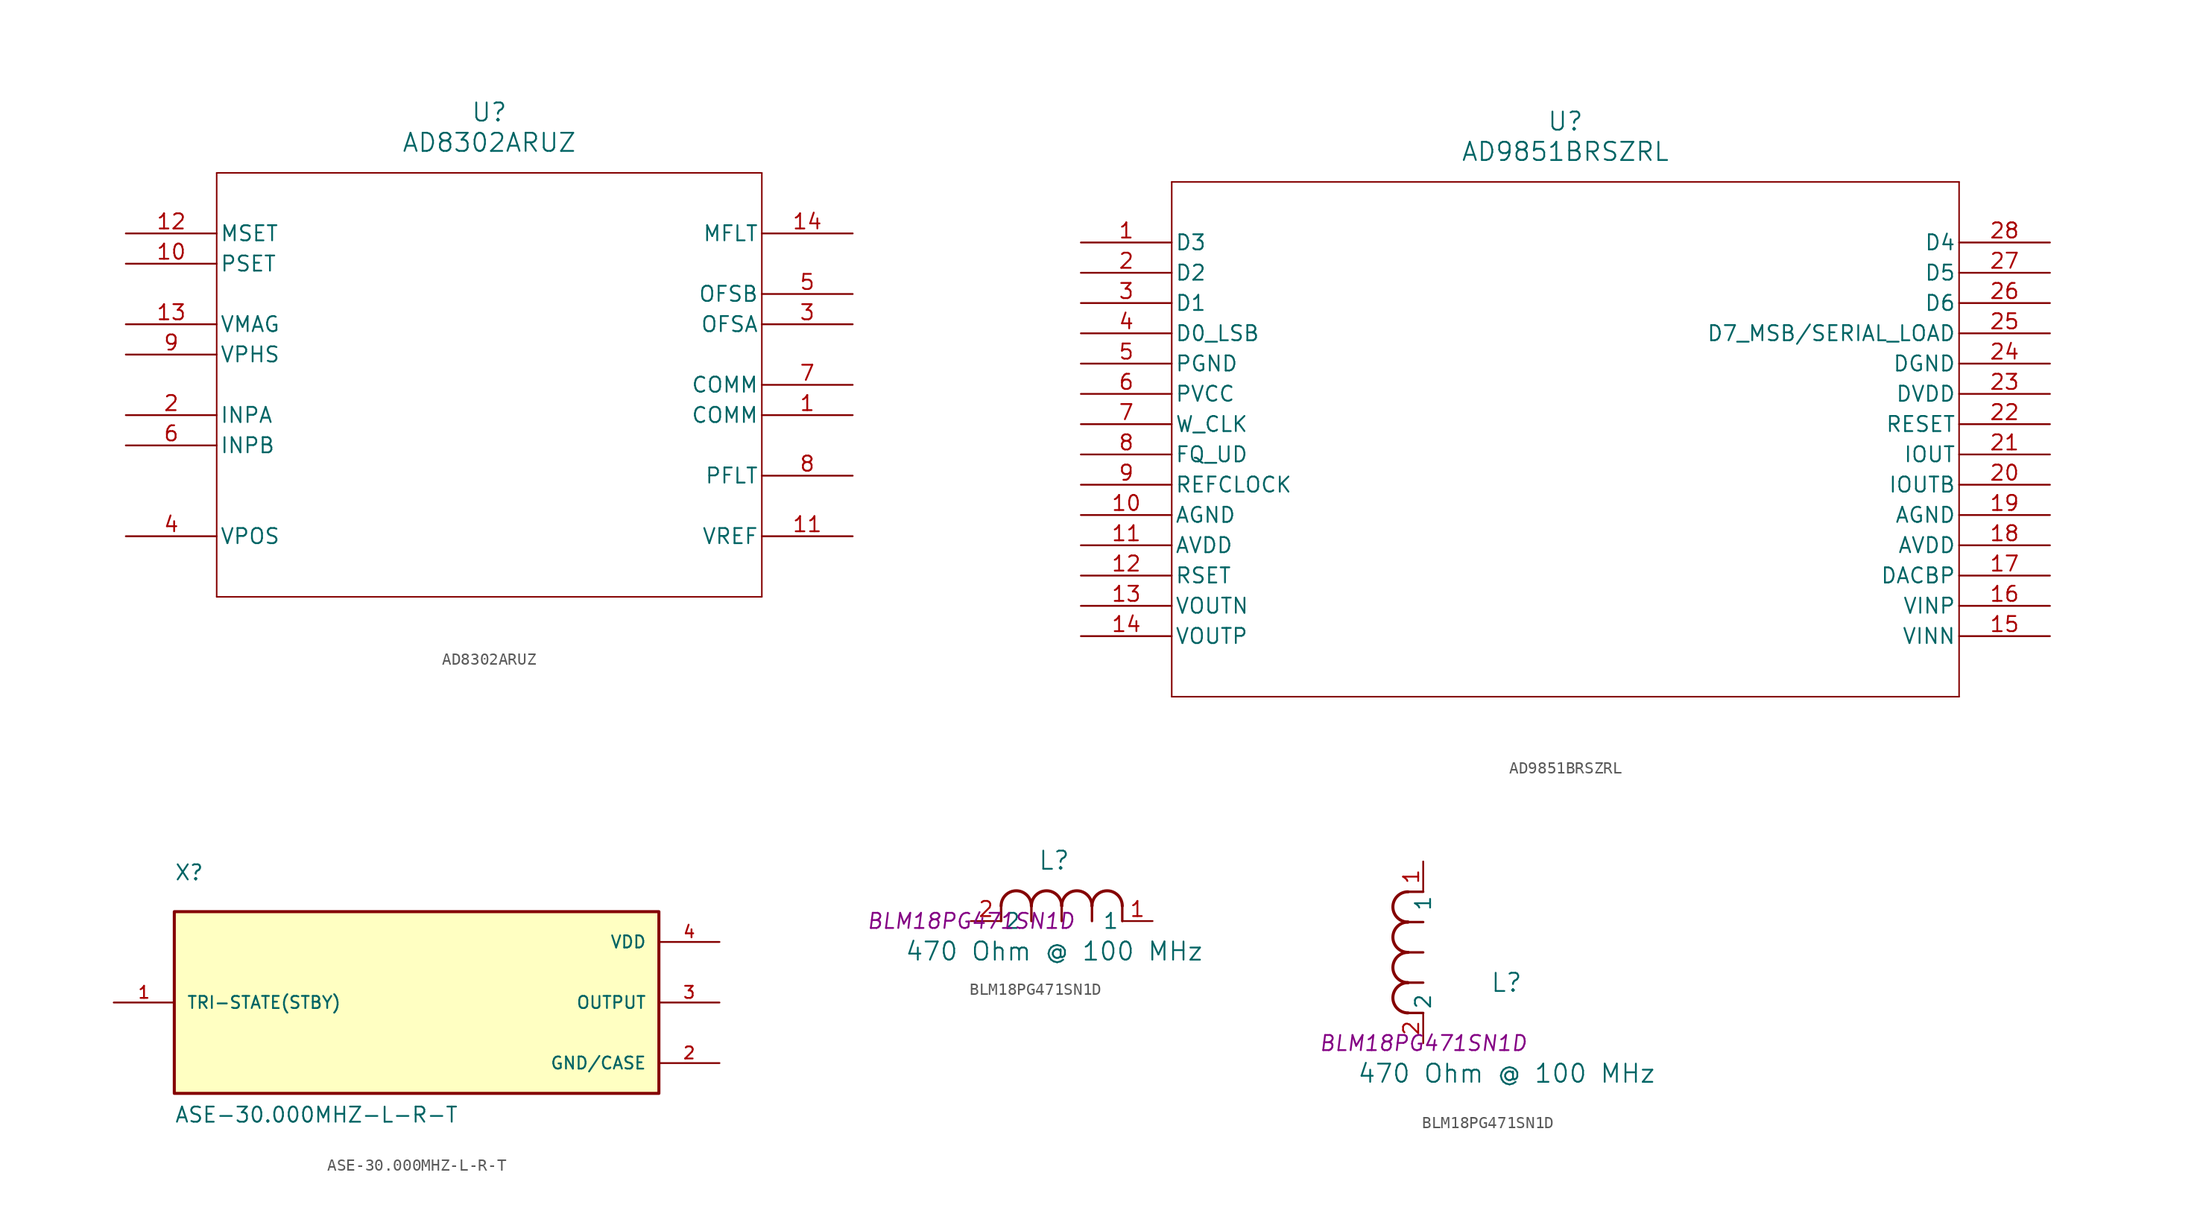
<source format=kicad_sym>
(kicad_symbol_lib
  (version 20231120)
  (generator "kicad_symbol_editor")
  (generator_version "8.0")
  (symbol "AD8302ARUZ"
    (pin_names
      (offset 0.254))
    (property "Reference" "U"
      (at 30.48 10.16 0)
      (effects (font (size 1.524 1.524))))
    (property "Value" "AD8302ARUZ"
      (at 30.48 7.62 0)
      (effects (font (size 1.524 1.524))))
    (property "ki_locked" ""
      (at 0 0 0)
      (effects (font (size 1.27 1.27))))
    (symbol "AD8302ARUZ_0_1"
      (polyline (pts (xy 7.62 -30.48) (xy 53.34 -30.48)) (stroke (width 0.127) (type default)) (fill (type none)))
      (polyline (pts (xy 7.62 5.08) (xy 7.62 -30.48)) (stroke (width 0.127) (type default)) (fill (type none)))
      (polyline (pts (xy 53.34 -30.48) (xy 53.34 5.08)) (stroke (width 0.127) (type default)) (fill (type none)))
      (polyline (pts (xy 53.34 5.08) (xy 7.62 5.08)) (stroke (width 0.127) (type default)) (fill (type none)))
      (pin unspecified line (at 60.96 -15.24 180) (length 7.62) (name "COMM" (effects (font (size 1.27 1.27)))) (number "1" (effects (font (size 1.27 1.27)))))
      (pin unspecified line (at 0 -2.54 0) (length 7.62) (name "PSET" (effects (font (size 1.27 1.27)))) (number "10" (effects (font (size 1.27 1.27)))))
      (pin unspecified line (at 60.96 -25.4 180) (length 7.62) (name "VREF" (effects (font (size 1.27 1.27)))) (number "11" (effects (font (size 1.27 1.27)))))
      (pin unspecified line (at 0 0 0) (length 7.62) (name "MSET" (effects (font (size 1.27 1.27)))) (number "12" (effects (font (size 1.27 1.27)))))
      (pin unspecified line (at 0 -7.62 0) (length 7.62) (name "VMAG" (effects (font (size 1.27 1.27)))) (number "13" (effects (font (size 1.27 1.27)))))
      (pin unspecified line (at 60.96 0 180) (length 7.62) (name "MFLT" (effects (font (size 1.27 1.27)))) (number "14" (effects (font (size 1.27 1.27)))))
      (pin unspecified line (at 0 -15.24 0) (length 7.62) (name "INPA" (effects (font (size 1.27 1.27)))) (number "2" (effects (font (size 1.27 1.27)))))
      (pin unspecified line (at 60.96 -7.62 180) (length 7.62) (name "OFSA" (effects (font (size 1.27 1.27)))) (number "3" (effects (font (size 1.27 1.27)))))
      (pin power_in line (at 0 -25.4 0) (length 7.62) (name "VPOS" (effects (font (size 1.27 1.27)))) (number "4" (effects (font (size 1.27 1.27)))))
      (pin unspecified line (at 60.96 -5.08 180) (length 7.62) (name "OFSB" (effects (font (size 1.27 1.27)))) (number "5" (effects (font (size 1.27 1.27)))))
      (pin unspecified line (at 0 -17.78 0) (length 7.62) (name "INPB" (effects (font (size 1.27 1.27)))) (number "6" (effects (font (size 1.27 1.27)))))
      (pin unspecified line (at 60.96 -12.7 180) (length 7.62) (name "COMM" (effects (font (size 1.27 1.27)))) (number "7" (effects (font (size 1.27 1.27)))))
      (pin unspecified line (at 60.96 -20.32 180) (length 7.62) (name "PFLT" (effects (font (size 1.27 1.27)))) (number "8" (effects (font (size 1.27 1.27)))))
      (pin unspecified line (at 0 -10.16 0) (length 7.62) (name "VPHS" (effects (font (size 1.27 1.27)))) (number "9" (effects (font (size 1.27 1.27)))))))
  (symbol "AD9851BRSZRL"
    (pin_names
      (offset 0.254))
    (property "Reference" "U"
      (at 40.64 10.16 0)
      (effects (font (size 1.524 1.524))))
    (property "Value" "AD9851BRSZRL"
      (at 40.64 7.62 0)
      (effects (font (size 1.524 1.524))))
    (property "ki_locked" ""
      (at 0 0 0)
      (effects (font (size 1.27 1.27))))
    (symbol "AD9851BRSZRL_0_1"
      (polyline (pts (xy 7.62 -38.1) (xy 73.66 -38.1)) (stroke (width 0.127) (type default)) (fill (type none)))
      (polyline (pts (xy 7.62 5.08) (xy 7.62 -38.1)) (stroke (width 0.127) (type default)) (fill (type none)))
      (polyline (pts (xy 73.66 -38.1) (xy 73.66 5.08)) (stroke (width 0.127) (type default)) (fill (type none)))
      (polyline (pts (xy 73.66 5.08) (xy 7.62 5.08)) (stroke (width 0.127) (type default)) (fill (type none)))
      (pin unspecified line (at 0 0 0) (length 7.62) (name "D3" (effects (font (size 1.27 1.27)))) (number "1" (effects (font (size 1.27 1.27)))))
      (pin unspecified line (at 0 -22.86 0) (length 7.62) (name "AGND" (effects (font (size 1.27 1.27)))) (number "10" (effects (font (size 1.27 1.27)))))
      (pin power_in line (at 0 -25.4 0) (length 7.62) (name "AVDD" (effects (font (size 1.27 1.27)))) (number "11" (effects (font (size 1.27 1.27)))))
      (pin unspecified line (at 0 -27.94 0) (length 7.62) (name "RSET" (effects (font (size 1.27 1.27)))) (number "12" (effects (font (size 1.27 1.27)))))
      (pin unspecified line (at 0 -30.48 0) (length 7.62) (name "VOUTN" (effects (font (size 1.27 1.27)))) (number "13" (effects (font (size 1.27 1.27)))))
      (pin unspecified line (at 0 -33.02 0) (length 7.62) (name "VOUTP" (effects (font (size 1.27 1.27)))) (number "14" (effects (font (size 1.27 1.27)))))
      (pin unspecified line (at 81.28 -33.02 180) (length 7.62) (name "VINN" (effects (font (size 1.27 1.27)))) (number "15" (effects (font (size 1.27 1.27)))))
      (pin unspecified line (at 81.28 -30.48 180) (length 7.62) (name "VINP" (effects (font (size 1.27 1.27)))) (number "16" (effects (font (size 1.27 1.27)))))
      (pin unspecified line (at 81.28 -27.94 180) (length 7.62) (name "DACBP" (effects (font (size 1.27 1.27)))) (number "17" (effects (font (size 1.27 1.27)))))
      (pin power_in line (at 81.28 -25.4 180) (length 7.62) (name "AVDD" (effects (font (size 1.27 1.27)))) (number "18" (effects (font (size 1.27 1.27)))))
      (pin unspecified line (at 81.28 -22.86 180) (length 7.62) (name "AGND" (effects (font (size 1.27 1.27)))) (number "19" (effects (font (size 1.27 1.27)))))
      (pin unspecified line (at 0 -2.54 0) (length 7.62) (name "D2" (effects (font (size 1.27 1.27)))) (number "2" (effects (font (size 1.27 1.27)))))
      (pin unspecified line (at 81.28 -20.32 180) (length 7.62) (name "IOUTB" (effects (font (size 1.27 1.27)))) (number "20" (effects (font (size 1.27 1.27)))))
      (pin unspecified line (at 81.28 -17.78 180) (length 7.62) (name "IOUT" (effects (font (size 1.27 1.27)))) (number "21" (effects (font (size 1.27 1.27)))))
      (pin unspecified line (at 81.28 -15.24 180) (length 7.62) (name "RESET" (effects (font (size 1.27 1.27)))) (number "22" (effects (font (size 1.27 1.27)))))
      (pin power_in line (at 81.28 -12.7 180) (length 7.62) (name "DVDD" (effects (font (size 1.27 1.27)))) (number "23" (effects (font (size 1.27 1.27)))))
      (pin unspecified line (at 81.28 -10.16 180) (length 7.62) (name "DGND" (effects (font (size 1.27 1.27)))) (number "24" (effects (font (size 1.27 1.27)))))
      (pin unspecified line (at 81.28 -7.62 180) (length 7.62) (name "D7_MSB/SERIAL_LOAD" (effects (font (size 1.27 1.27)))) (number "25" (effects (font (size 1.27 1.27)))))
      (pin unspecified line (at 81.28 -5.08 180) (length 7.62) (name "D6" (effects (font (size 1.27 1.27)))) (number "26" (effects (font (size 1.27 1.27)))))
      (pin unspecified line (at 81.28 -2.54 180) (length 7.62) (name "D5" (effects (font (size 1.27 1.27)))) (number "27" (effects (font (size 1.27 1.27)))))
      (pin unspecified line (at 81.28 0 180) (length 7.62) (name "D4" (effects (font (size 1.27 1.27)))) (number "28" (effects (font (size 1.27 1.27)))))
      (pin unspecified line (at 0 -5.08 0) (length 7.62) (name "D1" (effects (font (size 1.27 1.27)))) (number "3" (effects (font (size 1.27 1.27)))))
      (pin unspecified line (at 0 -7.62 0) (length 7.62) (name "D0_LSB" (effects (font (size 1.27 1.27)))) (number "4" (effects (font (size 1.27 1.27)))))
      (pin unspecified line (at 0 -10.16 0) (length 7.62) (name "PGND" (effects (font (size 1.27 1.27)))) (number "5" (effects (font (size 1.27 1.27)))))
      (pin power_in line (at 0 -12.7 0) (length 7.62) (name "PVCC" (effects (font (size 1.27 1.27)))) (number "6" (effects (font (size 1.27 1.27)))))
      (pin unspecified line (at 0 -15.24 0) (length 7.62) (name "W_CLK" (effects (font (size 1.27 1.27)))) (number "7" (effects (font (size 1.27 1.27)))))
      (pin unspecified line (at 0 -17.78 0) (length 7.62) (name "FQ_UD" (effects (font (size 1.27 1.27)))) (number "8" (effects (font (size 1.27 1.27)))))
      (pin unspecified line (at 0 -20.32 0) (length 7.62) (name "REFCLOCK" (effects (font (size 1.27 1.27)))) (number "9" (effects (font (size 1.27 1.27)))))))
  (symbol "ASE-30.000MHZ-L-R-T"
    (pin_names
      (offset 1.016))
    (property "Reference" "X"
      (at -20.32 10.16 0)
      (effects (font (size 1.27 1.27)) (justify left bottom)))
    (property "Value" "ASE-30.000MHZ-L-R-T"
      (at -20.32 -10.16 0)
      (effects (font (size 1.27 1.27)) (justify left bottom)))
    (symbol "ASE-30.000MHZ-L-R-T_0_0"
      (rectangle (start -20.32 -7.62) (end 20.32 7.62) (stroke (width 0.254) (type default)) (fill (type background)))
      (pin passive line (at -25.4 0 0) (length 5.08) (name "TRI-STATE(STBY)" (effects (font (size 1.016 1.016)))) (number "1" (effects (font (size 1.016 1.016)))))
      (pin power_in line (at 25.4 -5.08 180) (length 5.08) (name "GND/CASE" (effects (font (size 1.016 1.016)))) (number "2" (effects (font (size 1.016 1.016)))))
      (pin output line (at 25.4 0 180) (length 5.08) (name "OUTPUT" (effects (font (size 1.016 1.016)))) (number "3" (effects (font (size 1.016 1.016)))))
      (pin power_in line (at 25.4 5.08 180) (length 5.08) (name "VDD" (effects (font (size 1.016 1.016)))) (number "4" (effects (font (size 1.016 1.016)))))))
  (symbol "BLM18PG471SN1D"
    (pin_names
      (offset 0.254))
    (property "Reference" "L"
      (at 6.985 5.08 0)
      (effects (font (size 1.524 1.524))))
    (property "Value" "470 Ohm @ 100 MHz"
      (at 6.985 -2.54 0)
      (effects (font (size 1.524 1.524))))
    (property "Datasheet" "BLM18PG471SN1D"
      (at 0 0 0)
      (effects (font (size 1.27 1.27) (italic yes))))
    (symbol "BLM18PG471SN1D_1_1"
      (polyline (pts (xy 2.54 0) (xy 2.54 1.27)) (stroke (width 0.203) (type default)) (fill (type none)))
      (polyline (pts (xy 5.08 0) (xy 5.08 1.27)) (stroke (width 0.203) (type default)) (fill (type none)))
      (polyline (pts (xy 7.62 0) (xy 7.62 1.27)) (stroke (width 0.203) (type default)) (fill (type none)))
      (polyline (pts (xy 10.16 0) (xy 10.16 1.27)) (stroke (width 0.203) (type default)) (fill (type none)))
      (polyline (pts (xy 12.7 0) (xy 12.7 1.27)) (stroke (width 0.203) (type default)) (fill (type none)))
      (arc (start 5.08 1.27) (mid 3.81 2.5344) (end 2.54 1.27) (stroke (width 0.254) (type default)) (fill (type none)))
      (arc (start 7.62 1.27) (mid 6.35 2.5344) (end 5.08 1.27) (stroke (width 0.254) (type default)) (fill (type none)))
      (arc (start 10.16 1.27) (mid 8.89 2.5344) (end 7.62 1.27) (stroke (width 0.254) (type default)) (fill (type none)))
      (arc (start 12.7 1.27) (mid 11.43 2.5344) (end 10.16 1.27) (stroke (width 0.254) (type default)) (fill (type none)))
      (pin unspecified line (at 15.24 0 180) (length 2.54) (name "1" (effects (font (size 1.27 1.27)))) (number "1" (effects (font (size 1.27 1.27)))))
      (pin unspecified line (at 0 0 0) (length 2.54) (name "2" (effects (font (size 1.27 1.27)))) (number "2" (effects (font (size 1.27 1.27))))))
    (symbol "BLM18PG471SN1D_1_2"
      (arc (start -1.27 5.08) (mid -2.5344 3.81) (end -1.27 2.54) (stroke (width 0.254) (type default)) (fill (type none)))
      (arc (start -1.27 7.62) (mid -2.5344 6.35) (end -1.27 5.08) (stroke (width 0.254) (type default)) (fill (type none)))
      (arc (start -1.27 10.16) (mid -2.5344 8.89) (end -1.27 7.62) (stroke (width 0.254) (type default)) (fill (type none)))
      (arc (start -1.27 12.7) (mid -2.5344 11.43) (end -1.27 10.16) (stroke (width 0.254) (type default)) (fill (type none)))
      (polyline (pts (xy 0 2.54) (xy -1.27 2.54)) (stroke (width 0.203) (type default)) (fill (type none)))
      (polyline (pts (xy 0 5.08) (xy -1.27 5.08)) (stroke (width 0.203) (type default)) (fill (type none)))
      (polyline (pts (xy 0 7.62) (xy -1.27 7.62)) (stroke (width 0.203) (type default)) (fill (type none)))
      (polyline (pts (xy 0 10.16) (xy -1.27 10.16)) (stroke (width 0.203) (type default)) (fill (type none)))
      (polyline (pts (xy 0 12.7) (xy -1.27 12.7)) (stroke (width 0.203) (type default)) (fill (type none)))
      (pin unspecified line (at 0 15.24 270) (length 2.54) (name "1" (effects (font (size 1.27 1.27)))) (number "1" (effects (font (size 1.27 1.27)))))
      (pin unspecified line (at 0 0 90) (length 2.54) (name "2" (effects (font (size 1.27 1.27)))) (number "2" (effects (font (size 1.27 1.27))))))))
</source>
